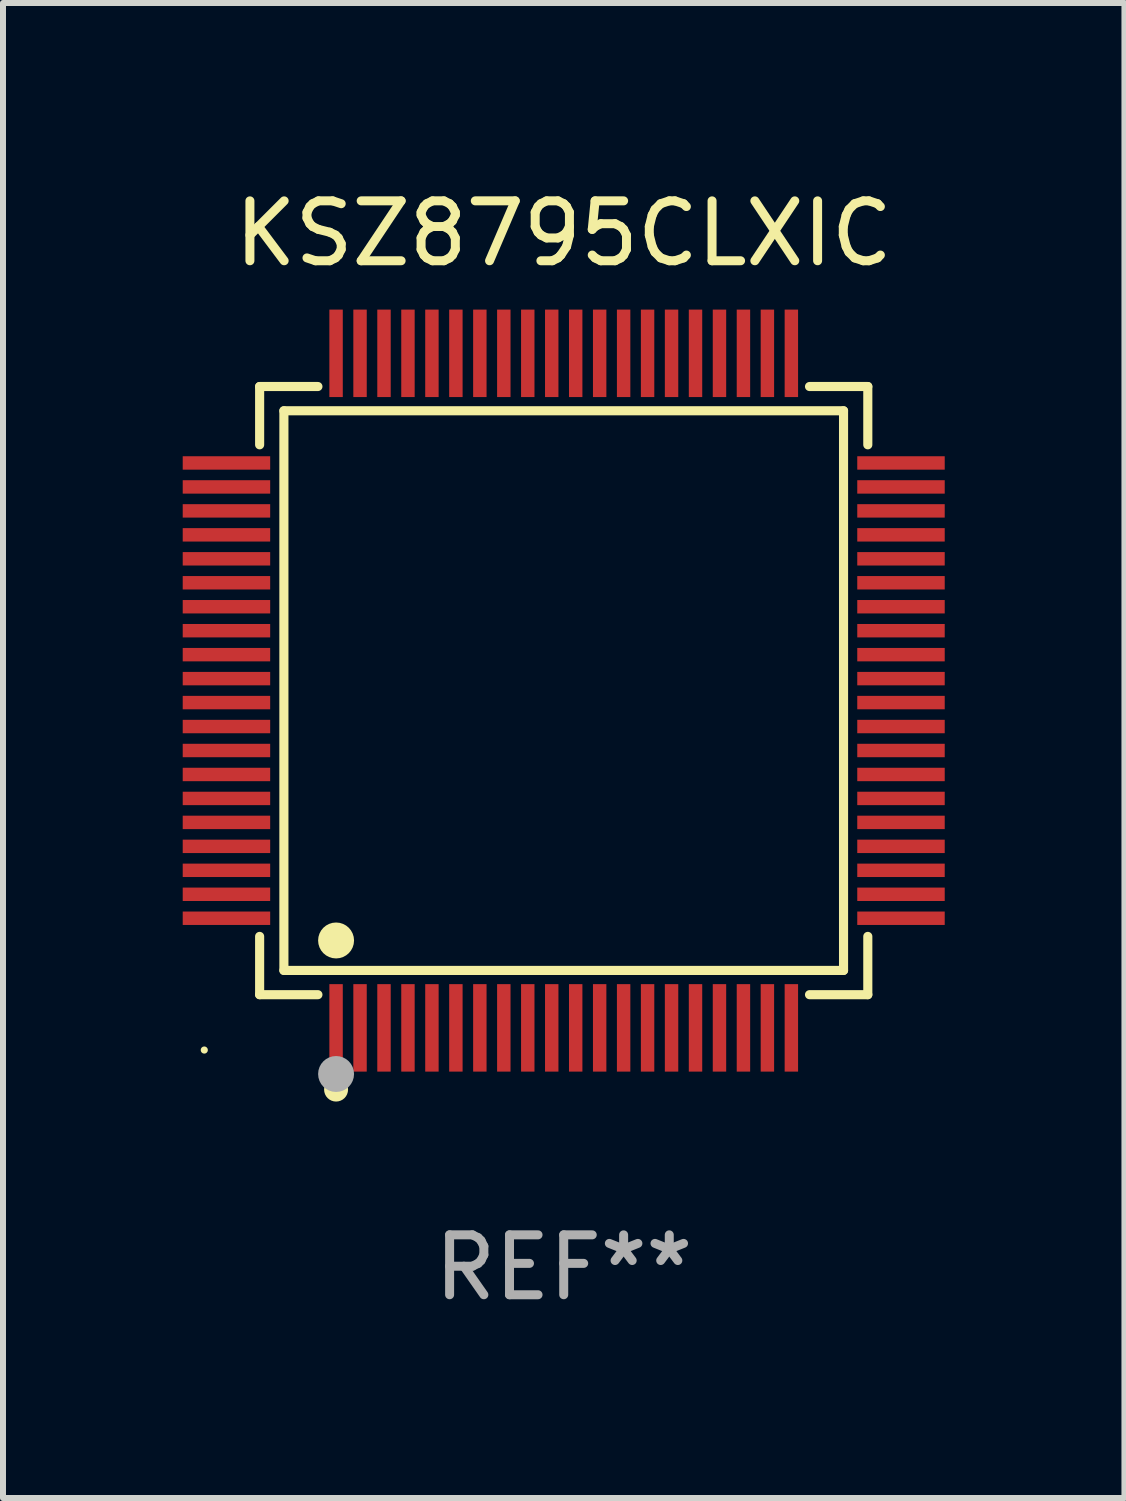
<source format=kicad_pcb>
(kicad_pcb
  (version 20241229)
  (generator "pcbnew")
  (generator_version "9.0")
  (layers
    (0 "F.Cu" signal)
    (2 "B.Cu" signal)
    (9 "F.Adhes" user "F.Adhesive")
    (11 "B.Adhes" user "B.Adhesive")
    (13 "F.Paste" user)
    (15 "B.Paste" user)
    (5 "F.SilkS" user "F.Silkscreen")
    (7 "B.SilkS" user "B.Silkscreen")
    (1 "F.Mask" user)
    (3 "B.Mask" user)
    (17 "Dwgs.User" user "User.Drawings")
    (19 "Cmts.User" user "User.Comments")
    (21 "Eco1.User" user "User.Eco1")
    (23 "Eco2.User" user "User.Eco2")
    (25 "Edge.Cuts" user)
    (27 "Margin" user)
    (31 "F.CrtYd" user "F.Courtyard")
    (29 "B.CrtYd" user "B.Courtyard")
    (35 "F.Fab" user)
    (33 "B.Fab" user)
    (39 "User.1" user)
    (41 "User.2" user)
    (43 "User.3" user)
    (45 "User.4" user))
  (footprint "KSZ8795CLXIC"
    (layer "F.Cu")
    (at 6.36 8.478)
    (property "Reference" "KSZ8795CLXIC" (at 0 -7.63 0) (layer "F.SilkS") (effects (font (size 1 1) (thickness 0.15))))
    (attr through_hole)
    (fp_line (start -5.076 -5.076) (end -4.103 -5.076) (stroke (width 0.152) (type solid)) (layer "F.SilkS"))
    (fp_line (start -5.076 -4.103) (end -5.076 -5.076) (stroke (width 0.152) (type solid)) (layer "F.SilkS"))
    (fp_line (start -5.076 4.103) (end -5.076 5.076) (stroke (width 0.152) (type solid)) (layer "F.SilkS"))
    (fp_line (start -5.076 5.076) (end -4.103 5.076) (stroke (width 0.152) (type solid)) (layer "F.SilkS"))
    (fp_line (start -4.671 -4.671) (end 4.671 -4.671) (stroke (width 0.152) (type solid)) (layer "F.SilkS"))
    (fp_line (start -4.671 4.671) (end -4.671 -4.671) (stroke (width 0.152) (type solid)) (layer "F.SilkS"))
    (fp_line (start 4.671 -4.671) (end 4.671 4.671) (stroke (width 0.152) (type solid)) (layer "F.SilkS"))
    (fp_line (start 4.671 4.671) (end -4.671 4.671) (stroke (width 0.152) (type solid)) (layer "F.SilkS"))
    (fp_line (start 5.076 -5.076) (end 4.103 -5.076) (stroke (width 0.152) (type solid)) (layer "F.SilkS"))
    (fp_line (start 5.076 -4.103) (end 5.076 -5.076) (stroke (width 0.152) (type solid)) (layer "F.SilkS"))
    (fp_line (start 5.076 4.103) (end 5.076 5.076) (stroke (width 0.152) (type solid)) (layer "F.SilkS"))
    (fp_line (start 5.076 5.076) (end 4.103 5.076) (stroke (width 0.152) (type solid)) (layer "F.SilkS"))
    (fp_circle (center -6 6) (end -5.97 6) (stroke (width 0.06) (type solid)) (fill no) (layer "F.SilkS"))
    (fp_circle (center -3.8 4.171) (end -3.65 4.171) (stroke (width 0.3) (type solid)) (fill no) (layer "F.SilkS"))
    (fp_circle (center -3.8 6.66) (end -3.7 6.66) (stroke (width 0.2) (type solid)) (fill no) (layer "F.SilkS"))
    (fp_circle (center -3.8 6.4) (end -3.65 6.4) (stroke (width 0.3) (type solid)) (fill no) (layer "F.Fab"))
    (fp_text user "REF**" (at 0 9.63 0) (layer "F.Fab") (effects (font (size 1 1) (thickness 0.15))))
    (pad "1" smd rect (at -3.8 5.63) (size 0.224 1.46) (layers "F.Cu" "F.Mask" "F.Paste"))
    (pad "2" smd rect (at -3.4 5.63) (size 0.224 1.46) (layers "F.Cu" "F.Mask" "F.Paste"))
    (pad "3" smd rect (at -3 5.63) (size 0.224 1.46) (layers "F.Cu" "F.Mask" "F.Paste"))
    (pad "4" smd rect (at -2.6 5.63) (size 0.224 1.46) (layers "F.Cu" "F.Mask" "F.Paste"))
    (pad "5" smd rect (at -2.2 5.63) (size 0.224 1.46) (layers "F.Cu" "F.Mask" "F.Paste"))
    (pad "6" smd rect (at -1.8 5.63) (size 0.224 1.46) (layers "F.Cu" "F.Mask" "F.Paste"))
    (pad "7" smd rect (at -1.4 5.63) (size 0.224 1.46) (layers "F.Cu" "F.Mask" "F.Paste"))
    (pad "8" smd rect (at -1 5.63) (size 0.224 1.46) (layers "F.Cu" "F.Mask" "F.Paste"))
    (pad "9" smd rect (at -0.6 5.63) (size 0.224 1.46) (layers "F.Cu" "F.Mask" "F.Paste"))
    (pad "10" smd rect (at -0.2 5.63) (size 0.224 1.46) (layers "F.Cu" "F.Mask" "F.Paste"))
    (pad "11" smd rect (at 0.2 5.63) (size 0.224 1.46) (layers "F.Cu" "F.Mask" "F.Paste"))
    (pad "12" smd rect (at 0.6 5.63) (size 0.224 1.46) (layers "F.Cu" "F.Mask" "F.Paste"))
    (pad "13" smd rect (at 1 5.63) (size 0.224 1.46) (layers "F.Cu" "F.Mask" "F.Paste"))
    (pad "14" smd rect (at 1.4 5.63) (size 0.224 1.46) (layers "F.Cu" "F.Mask" "F.Paste"))
    (pad "15" smd rect (at 1.8 5.63) (size 0.224 1.46) (layers "F.Cu" "F.Mask" "F.Paste"))
    (pad "16" smd rect (at 2.2 5.63) (size 0.224 1.46) (layers "F.Cu" "F.Mask" "F.Paste"))
    (pad "17" smd rect (at 2.6 5.63) (size 0.224 1.46) (layers "F.Cu" "F.Mask" "F.Paste"))
    (pad "18" smd rect (at 3 5.63) (size 0.224 1.46) (layers "F.Cu" "F.Mask" "F.Paste"))
    (pad "19" smd rect (at 3.4 5.63) (size 0.224 1.46) (layers "F.Cu" "F.Mask" "F.Paste"))
    (pad "20" smd rect (at 3.8 5.63) (size 0.224 1.46) (layers "F.Cu" "F.Mask" "F.Paste"))
    (pad "21" smd rect (at 5.63 3.8) (size 1.46 0.224) (layers "F.Cu" "F.Mask" "F.Paste"))
    (pad "22" smd rect (at 5.63 3.4) (size 1.46 0.224) (layers "F.Cu" "F.Mask" "F.Paste"))
    (pad "23" smd rect (at 5.63 3) (size 1.46 0.224) (layers "F.Cu" "F.Mask" "F.Paste"))
    (pad "24" smd rect (at 5.63 2.6) (size 1.46 0.224) (layers "F.Cu" "F.Mask" "F.Paste"))
    (pad "25" smd rect (at 5.63 2.2) (size 1.46 0.224) (layers "F.Cu" "F.Mask" "F.Paste"))
    (pad "26" smd rect (at 5.63 1.8) (size 1.46 0.224) (layers "F.Cu" "F.Mask" "F.Paste"))
    (pad "27" smd rect (at 5.63 1.4) (size 1.46 0.224) (layers "F.Cu" "F.Mask" "F.Paste"))
    (pad "28" smd rect (at 5.63 1) (size 1.46 0.224) (layers "F.Cu" "F.Mask" "F.Paste"))
    (pad "29" smd rect (at 5.63 0.6) (size 1.46 0.224) (layers "F.Cu" "F.Mask" "F.Paste"))
    (pad "30" smd rect (at 5.63 0.2) (size 1.46 0.224) (layers "F.Cu" "F.Mask" "F.Paste"))
    (pad "31" smd rect (at 5.63 -0.2) (size 1.46 0.224) (layers "F.Cu" "F.Mask" "F.Paste"))
    (pad "32" smd rect (at 5.63 -0.6) (size 1.46 0.224) (layers "F.Cu" "F.Mask" "F.Paste"))
    (pad "33" smd rect (at 5.63 -1) (size 1.46 0.224) (layers "F.Cu" "F.Mask" "F.Paste"))
    (pad "34" smd rect (at 5.63 -1.4) (size 1.46 0.224) (layers "F.Cu" "F.Mask" "F.Paste"))
    (pad "35" smd rect (at 5.63 -1.8) (size 1.46 0.224) (layers "F.Cu" "F.Mask" "F.Paste"))
    (pad "36" smd rect (at 5.63 -2.2) (size 1.46 0.224) (layers "F.Cu" "F.Mask" "F.Paste"))
    (pad "37" smd rect (at 5.63 -2.6) (size 1.46 0.224) (layers "F.Cu" "F.Mask" "F.Paste"))
    (pad "38" smd rect (at 5.63 -3) (size 1.46 0.224) (layers "F.Cu" "F.Mask" "F.Paste"))
    (pad "39" smd rect (at 5.63 -3.4) (size 1.46 0.224) (layers "F.Cu" "F.Mask" "F.Paste"))
    (pad "40" smd rect (at 5.63 -3.8) (size 1.46 0.224) (layers "F.Cu" "F.Mask" "F.Paste"))
    (pad "41" smd rect (at 3.8 -5.63) (size 0.224 1.46) (layers "F.Cu" "F.Mask" "F.Paste"))
    (pad "42" smd rect (at 3.4 -5.63) (size 0.224 1.46) (layers "F.Cu" "F.Mask" "F.Paste"))
    (pad "43" smd rect (at 3 -5.63) (size 0.224 1.46) (layers "F.Cu" "F.Mask" "F.Paste"))
    (pad "44" smd rect (at 2.6 -5.63) (size 0.224 1.46) (layers "F.Cu" "F.Mask" "F.Paste"))
    (pad "45" smd rect (at 2.2 -5.63) (size 0.224 1.46) (layers "F.Cu" "F.Mask" "F.Paste"))
    (pad "46" smd rect (at 1.8 -5.63) (size 0.224 1.46) (layers "F.Cu" "F.Mask" "F.Paste"))
    (pad "47" smd rect (at 1.4 -5.63) (size 0.224 1.46) (layers "F.Cu" "F.Mask" "F.Paste"))
    (pad "48" smd rect (at 1 -5.63) (size 0.224 1.46) (layers "F.Cu" "F.Mask" "F.Paste"))
    (pad "49" smd rect (at 0.6 -5.63) (size 0.224 1.46) (layers "F.Cu" "F.Mask" "F.Paste"))
    (pad "50" smd rect (at 0.2 -5.63) (size 0.224 1.46) (layers "F.Cu" "F.Mask" "F.Paste"))
    (pad "51" smd rect (at -0.2 -5.63) (size 0.224 1.46) (layers "F.Cu" "F.Mask" "F.Paste"))
    (pad "52" smd rect (at -0.6 -5.63) (size 0.224 1.46) (layers "F.Cu" "F.Mask" "F.Paste"))
    (pad "53" smd rect (at -1 -5.63) (size 0.224 1.46) (layers "F.Cu" "F.Mask" "F.Paste"))
    (pad "54" smd rect (at -1.4 -5.63) (size 0.224 1.46) (layers "F.Cu" "F.Mask" "F.Paste"))
    (pad "55" smd rect (at -1.8 -5.63) (size 0.224 1.46) (layers "F.Cu" "F.Mask" "F.Paste"))
    (pad "56" smd rect (at -2.2 -5.63) (size 0.224 1.46) (layers "F.Cu" "F.Mask" "F.Paste"))
    (pad "57" smd rect (at -2.6 -5.63) (size 0.224 1.46) (layers "F.Cu" "F.Mask" "F.Paste"))
    (pad "58" smd rect (at -3 -5.63) (size 0.224 1.46) (layers "F.Cu" "F.Mask" "F.Paste"))
    (pad "59" smd rect (at -3.4 -5.63) (size 0.224 1.46) (layers "F.Cu" "F.Mask" "F.Paste"))
    (pad "60" smd rect (at -3.8 -5.63) (size 0.224 1.46) (layers "F.Cu" "F.Mask" "F.Paste"))
    (pad "61" smd rect (at -5.63 -3.8) (size 1.46 0.224) (layers "F.Cu" "F.Mask" "F.Paste"))
    (pad "62" smd rect (at -5.63 -3.4) (size 1.46 0.224) (layers "F.Cu" "F.Mask" "F.Paste"))
    (pad "63" smd rect (at -5.63 -3) (size 1.46 0.224) (layers "F.Cu" "F.Mask" "F.Paste"))
    (pad "64" smd rect (at -5.63 -2.6) (size 1.46 0.224) (layers "F.Cu" "F.Mask" "F.Paste"))
    (pad "65" smd rect (at -5.63 -2.2) (size 1.46 0.224) (layers "F.Cu" "F.Mask" "F.Paste"))
    (pad "66" smd rect (at -5.63 -1.8) (size 1.46 0.224) (layers "F.Cu" "F.Mask" "F.Paste"))
    (pad "67" smd rect (at -5.63 -1.4) (size 1.46 0.224) (layers "F.Cu" "F.Mask" "F.Paste"))
    (pad "68" smd rect (at -5.63 -1) (size 1.46 0.224) (layers "F.Cu" "F.Mask" "F.Paste"))
    (pad "69" smd rect (at -5.63 -0.6) (size 1.46 0.224) (layers "F.Cu" "F.Mask" "F.Paste"))
    (pad "70" smd rect (at -5.63 -0.2) (size 1.46 0.224) (layers "F.Cu" "F.Mask" "F.Paste"))
    (pad "71" smd rect (at -5.63 0.2) (size 1.46 0.224) (layers "F.Cu" "F.Mask" "F.Paste"))
    (pad "72" smd rect (at -5.63 0.6) (size 1.46 0.224) (layers "F.Cu" "F.Mask" "F.Paste"))
    (pad "73" smd rect (at -5.63 1) (size 1.46 0.224) (layers "F.Cu" "F.Mask" "F.Paste"))
    (pad "74" smd rect (at -5.63 1.4) (size 1.46 0.224) (layers "F.Cu" "F.Mask" "F.Paste"))
    (pad "75" smd rect (at -5.63 1.8) (size 1.46 0.224) (layers "F.Cu" "F.Mask" "F.Paste"))
    (pad "76" smd rect (at -5.63 2.2) (size 1.46 0.224) (layers "F.Cu" "F.Mask" "F.Paste"))
    (pad "77" smd rect (at -5.63 2.6) (size 1.46 0.224) (layers "F.Cu" "F.Mask" "F.Paste"))
    (pad "78" smd rect (at -5.63 3) (size 1.46 0.224) (layers "F.Cu" "F.Mask" "F.Paste"))
    (pad "79" smd rect (at -5.63 3.4) (size 1.46 0.224) (layers "F.Cu" "F.Mask" "F.Paste"))
    (pad "80" smd rect (at -5.63 3.8) (size 1.46 0.224) (layers "F.Cu" "F.Mask" "F.Paste")))
  (gr_rect
    (start -3 -3)
    (end 15.72 21.956)
    (stroke (width 0.1) (type default))
    (fill no)
    (layer "Edge.Cuts")))
</source>
